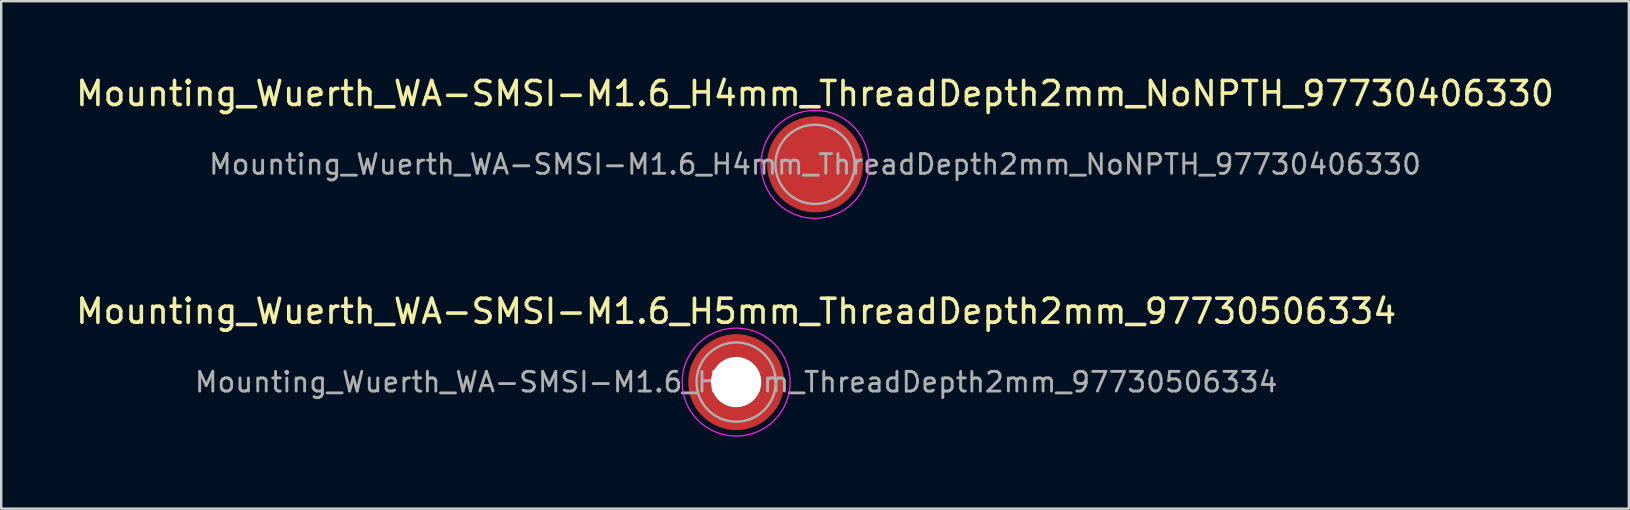
<source format=kicad_pcb>
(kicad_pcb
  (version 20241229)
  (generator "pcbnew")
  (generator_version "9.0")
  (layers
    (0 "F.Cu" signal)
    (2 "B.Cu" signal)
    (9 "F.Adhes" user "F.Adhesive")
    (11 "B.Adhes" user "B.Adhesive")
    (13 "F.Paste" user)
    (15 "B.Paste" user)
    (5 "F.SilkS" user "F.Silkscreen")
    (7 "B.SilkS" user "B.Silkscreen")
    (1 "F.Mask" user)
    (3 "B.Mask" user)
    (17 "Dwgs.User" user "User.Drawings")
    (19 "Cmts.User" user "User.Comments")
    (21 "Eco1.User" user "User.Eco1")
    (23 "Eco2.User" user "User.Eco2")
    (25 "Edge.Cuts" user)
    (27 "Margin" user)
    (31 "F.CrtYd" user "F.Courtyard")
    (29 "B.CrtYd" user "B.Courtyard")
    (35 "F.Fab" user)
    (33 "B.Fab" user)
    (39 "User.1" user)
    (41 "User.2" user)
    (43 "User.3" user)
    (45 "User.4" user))
  (footprint "Mounting_Wuerth_WA-SMSI-M1.6_H5mm_ThreadDepth2mm_97730506334"
    (layer "F.Cu")
    (at 27.625 12.871)
    (property "Reference" "Mounting_Wuerth_WA-SMSI-M1.6_H5mm_ThreadDepth2mm_97730506334" (at 0 -2.95 0) (layer "F.SilkS") (effects (font (size 1 1) (thickness 0.15))))
    (attr smd)
    (fp_circle (center 0 0) (end 2.25 0) (stroke (width 0.05) (type solid)) (fill no) (layer "F.CrtYd"))
    (fp_circle (center 0 0) (end 1.65 0) (stroke (width 0.1) (type solid)) (fill no) (layer "F.Fab"))
    (fp_text user "${REFERENCE}" (at 0 0 0) (layer "F.Fab") (effects (font (size 0.82 0.82) (thickness 0.12))))
    (pad "" smd custom (at -1.061 -1.061) (size 0.4 0.4) (layers "F.Paste") (options (anchor circle)) (primitives (gr_arc (start -0.101235 0.76066) (mid 0.212132 0.212132) (end 0.76066 -0.101235) (width 0.2)) (gr_arc (start -0.204251 0.76066) (mid 0.141421 0.141421) (end 0.76066 -0.204251) (width 0.2)) (gr_arc (start -0.306819 0.76066) (mid 0.070711 0.070711) (end 0.76066 -0.306819) (width 0.2)) (gr_arc (start -0.409034 0.76066) (mid 0 0) (end 0.76066 -0.409034) (width 0.2)) (gr_arc (start -0.510963 0.76066) (mid -0.070711 -0.070711) (end 0.76066 -0.510963) (width 0.2)) (gr_arc (start -0.61266 0.76066) (mid -0.141421 -0.141421) (end 0.76066 -0.61266) (width 0.2)) (gr_arc (start -0.714164 0.76066) (mid -0.212132 -0.212132) (end 0.76066 -0.714164) (width 0.2)) (gr_line (start 0.761 -0.101) (end 0.761 -0.714) (width 0.2)) (gr_line (start -0.101 0.761) (end -0.714 0.761) (width 0.2))))
    (pad "" smd custom (at -1.061 1.061) (size 0.4 0.4) (layers "F.Paste") (options (anchor circle)) (primitives (gr_arc (start 0.76066 0.101235) (mid 0.212132 -0.212132) (end -0.101235 -0.76066) (width 0.2)) (gr_arc (start 0.76066 0.204251) (mid 0.141421 -0.141421) (end -0.204251 -0.76066) (width 0.2)) (gr_arc (start 0.76066 0.306819) (mid 0.070711 -0.070711) (end -0.306819 -0.76066) (width 0.2)) (gr_arc (start 0.76066 0.409034) (mid 0 0) (end -0.409034 -0.76066) (width 0.2)) (gr_arc (start 0.76066 0.510963) (mid -0.070711 0.070711) (end -0.510963 -0.76066) (width 0.2)) (gr_arc (start 0.76066 0.61266) (mid -0.141421 0.141421) (end -0.61266 -0.76066) (width 0.2)) (gr_arc (start 0.76066 0.714164) (mid -0.212132 0.212132) (end -0.714164 -0.76066) (width 0.2)) (gr_line (start -0.101 -0.761) (end -0.714 -0.761) (width 0.2)) (gr_line (start 0.761 0.101) (end 0.761 0.714) (width 0.2))))
    (pad "" np_thru_hole circle (at 0 0) (size 2.1 2.1) (drill 2.1) (layers "*.Cu" "*.Mask"))
    (pad "" smd custom (at 1.061 -1.061) (size 0.4 0.4) (layers "F.Paste") (options (anchor circle)) (primitives (gr_arc (start -0.76066 -0.101235) (mid -0.212132 0.212132) (end 0.101235 0.76066) (width 0.2)) (gr_arc (start -0.76066 -0.204251) (mid -0.141421 0.141421) (end 0.204251 0.76066) (width 0.2)) (gr_arc (start -0.76066 -0.306819) (mid -0.070711 0.070711) (end 0.306819 0.76066) (width 0.2)) (gr_arc (start -0.76066 -0.409034) (mid 0 0) (end 0.409034 0.76066) (width 0.2)) (gr_arc (start -0.76066 -0.510963) (mid 0.070711 -0.070711) (end 0.510963 0.76066) (width 0.2)) (gr_arc (start -0.76066 -0.61266) (mid 0.141421 -0.141421) (end 0.61266 0.76066) (width 0.2)) (gr_arc (start -0.76066 -0.714164) (mid 0.212132 -0.212132) (end 0.714164 0.76066) (width 0.2)) (gr_line (start 0.101 0.761) (end 0.714 0.761) (width 0.2)) (gr_line (start -0.761 -0.101) (end -0.761 -0.714) (width 0.2))))
    (pad "" smd custom (at 1.061 1.061) (size 0.4 0.4) (layers "F.Paste") (options (anchor circle)) (primitives (gr_arc (start 0.101235 -0.76066) (mid -0.212132 -0.212132) (end -0.76066 0.101235) (width 0.2)) (gr_arc (start 0.204251 -0.76066) (mid -0.141421 -0.141421) (end -0.76066 0.204251) (width 0.2)) (gr_arc (start 0.306819 -0.76066) (mid -0.070711 -0.070711) (end -0.76066 0.306819) (width 0.2)) (gr_arc (start 0.409034 -0.76066) (mid 0 0) (end -0.76066 0.409034) (width 0.2)) (gr_arc (start 0.510963 -0.76066) (mid 0.070711 0.070711) (end -0.76066 0.510963) (width 0.2)) (gr_arc (start 0.61266 -0.76066) (mid 0.141421 0.141421) (end -0.76066 0.61266) (width 0.2)) (gr_arc (start 0.714164 -0.76066) (mid 0.212132 0.212132) (end -0.76066 0.714164) (width 0.2)) (gr_line (start -0.761 0.101) (end -0.761 0.714) (width 0.2)) (gr_line (start 0.101 -0.761) (end 0.714 -0.761) (width 0.2))))
    (pad "1" smd circle (at -1.525 0) (size 0.55 0.55) (layers "F.Cu"))
    (pad "1" smd circle (at 0 -1.525) (size 0.55 0.55) (layers "F.Cu"))
    (pad "1" smd circle (at 0 1.525) (size 0.55 0.55) (layers "F.Cu"))
    (pad "1" smd custom (at 1.525 0) (size 0.55 0.55) (layers "F.Cu" "F.Mask") (options (anchor circle)) (primitives (gr_circle (center -1.525 0) (end 0 0) (width 0.95) (fill no)))))
  (footprint "Mounting_Wuerth_WA-SMSI-M1.6_H4mm_ThreadDepth2mm_NoNPTH_97730406330"
    (layer "F.Cu")
    (at 30.911 3.798)
    (property "Reference" "Mounting_Wuerth_WA-SMSI-M1.6_H4mm_ThreadDepth2mm_NoNPTH_97730406330" (at 0 -2.95 0) (layer "F.SilkS") (effects (font (size 1 1) (thickness 0.15))))
    (attr smd)
    (fp_circle (center 0 0) (end 2.25 0) (stroke (width 0.05) (type solid)) (fill no) (layer "F.CrtYd"))
    (fp_circle (center 0 0) (end 1.65 0) (stroke (width 0.1) (type solid)) (fill no) (layer "F.Fab"))
    (fp_text user "${REFERENCE}" (at 0 0 0) (layer "F.Fab") (effects (font (size 0.82 0.82) (thickness 0.12))))
    (pad "" smd custom (at -0.778 -0.778) (size 1.2 1.2) (layers "F.Paste") (options (anchor circle)) (primitives (gr_arc (start 0.465568 0.527817) (mid 0.494975 0.494974) (end 0.527818 0.465567) (width 0.2)) (gr_arc (start 0.344805 0.527817) (mid 0.424264 0.424264) (end 0.527818 0.344805) (width 0.2)) (gr_arc (start 0.232382 0.527817) (mid 0.353553 0.353553) (end 0.527817 0.232382) (width 0.2)) (gr_arc (start 0.123983 0.527817) (mid 0.282843 0.282842) (end 0.527818 0.123983) (width 0.2)) (gr_arc (start 0.017883 0.527817) (mid 0.212132 0.212132) (end 0.527817 0.017883) (width 0.2)) (gr_arc (start -0.086763 0.527817) (mid 0.141421 0.141421) (end 0.527817 -0.086763) (width 0.2)) (gr_arc (start -0.190428 0.527817) (mid 0.070711 0.070711) (end 0.527817 -0.190428) (width 0.2)) (gr_arc (start -0.293397 0.527817) (mid 0 0) (end 0.527817 -0.293397) (width 0.2)) (gr_arc (start -0.395852 0.527817) (mid -0.070711 -0.070711) (end 0.527817 -0.395852) (width 0.2)) (gr_arc (start -0.497918 0.527817) (mid -0.141422 -0.141422) (end 0.527817 -0.497918) (width 0.2)) (gr_arc (start -0.59968 0.527817) (mid -0.212132 -0.212132) (end 0.527817 -0.59968) (width 0.2)) (gr_arc (start -0.701202 0.527817) (mid -0.282843 -0.282843) (end 0.527817 -0.701202) (width 0.2)) (gr_arc (start -0.802531 0.527817) (mid -0.353554 -0.353554) (end 0.527817 -0.802531) (width 0.2)) (gr_arc (start -0.9037 0.527817) (mid -0.424264 -0.424264) (end 0.527817 -0.9037) (width 0.2)) (gr_arc (start -1.004737 0.527817) (mid -0.494975 -0.494975) (end 0.527817 -1.004737) (width 0.2)) (gr_line (start 0.528 0.466) (end 0.528 -1.005) (width 0.2)) (gr_line (start 0.466 0.528) (end -1.005 0.528) (width 0.2))))
    (pad "" smd custom (at -0.778 0.778) (size 1.2 1.2) (layers "F.Paste") (options (anchor circle)) (primitives (gr_arc (start 0.527817 -0.465568) (mid 0.494974 -0.494975) (end 0.465567 -0.527818) (width 0.2)) (gr_arc (start 0.527817 -0.344805) (mid 0.424264 -0.424264) (end 0.344805 -0.527818) (width 0.2)) (gr_arc (start 0.527817 -0.232382) (mid 0.353553 -0.353553) (end 0.232382 -0.527817) (width 0.2)) (gr_arc (start 0.527817 -0.123983) (mid 0.282842 -0.282843) (end 0.123983 -0.527818) (width 0.2)) (gr_arc (start 0.527817 -0.017883) (mid 0.212132 -0.212132) (end 0.017883 -0.527817) (width 0.2)) (gr_arc (start 0.527817 0.086763) (mid 0.141421 -0.141421) (end -0.086763 -0.527817) (width 0.2)) (gr_arc (start 0.527817 0.190428) (mid 0.070711 -0.070711) (end -0.190428 -0.527817) (width 0.2)) (gr_arc (start 0.527817 0.293397) (mid 0 0) (end -0.293397 -0.527817) (width 0.2)) (gr_arc (start 0.527817 0.395852) (mid -0.070711 0.070711) (end -0.395852 -0.527817) (width 0.2)) (gr_arc (start 0.527817 0.497918) (mid -0.141422 0.141422) (end -0.497918 -0.527817) (width 0.2)) (gr_arc (start 0.527817 0.59968) (mid -0.212132 0.212132) (end -0.59968 -0.527817) (width 0.2)) (gr_arc (start 0.527817 0.701202) (mid -0.282843 0.282843) (end -0.701202 -0.527817) (width 0.2)) (gr_arc (start 0.527817 0.802531) (mid -0.353554 0.353554) (end -0.802531 -0.527817) (width 0.2)) (gr_arc (start 0.527817 0.9037) (mid -0.424264 0.424264) (end -0.9037 -0.527817) (width 0.2)) (gr_arc (start 0.527817 1.004737) (mid -0.494975 0.494975) (end -1.004737 -0.527817) (width 0.2)) (gr_line (start 0.466 -0.528) (end -1.005 -0.528) (width 0.2)) (gr_line (start 0.528 -0.466) (end 0.528 1.005) (width 0.2))))
    (pad "" smd custom (at 0.778 -0.778) (size 1.2 1.2) (layers "F.Paste") (options (anchor circle)) (primitives (gr_arc (start -0.527817 0.465568) (mid -0.494974 0.494975) (end -0.465567 0.527818) (width 0.2)) (gr_arc (start -0.527817 0.344805) (mid -0.424264 0.424264) (end -0.344805 0.527818) (width 0.2)) (gr_arc (start -0.527817 0.232382) (mid -0.353553 0.353553) (end -0.232382 0.527817) (width 0.2)) (gr_arc (start -0.527817 0.123983) (mid -0.282842 0.282843) (end -0.123983 0.527818) (width 0.2)) (gr_arc (start -0.527817 0.017883) (mid -0.212132 0.212132) (end -0.017883 0.527817) (width 0.2)) (gr_arc (start -0.527817 -0.086763) (mid -0.141421 0.141421) (end 0.086763 0.527817) (width 0.2)) (gr_arc (start -0.527817 -0.190428) (mid -0.070711 0.070711) (end 0.190428 0.527817) (width 0.2)) (gr_arc (start -0.527817 -0.293397) (mid 0 0) (end 0.293397 0.527817) (width 0.2)) (gr_arc (start -0.527817 -0.395852) (mid 0.070711 -0.070711) (end 0.395852 0.527817) (width 0.2)) (gr_arc (start -0.527817 -0.497918) (mid 0.141422 -0.141422) (end 0.497918 0.527817) (width 0.2)) (gr_arc (start -0.527817 -0.59968) (mid 0.212132 -0.212132) (end 0.59968 0.527817) (width 0.2)) (gr_arc (start -0.527817 -0.701202) (mid 0.282843 -0.282843) (end 0.701202 0.527817) (width 0.2)) (gr_arc (start -0.527817 -0.802531) (mid 0.353554 -0.353554) (end 0.802531 0.527817) (width 0.2)) (gr_arc (start -0.527817 -0.9037) (mid 0.424264 -0.424264) (end 0.9037 0.527817) (width 0.2)) (gr_arc (start -0.527817 -1.004737) (mid 0.494975 -0.494975) (end 1.004737 0.527817) (width 0.2)) (gr_line (start -0.466 0.528) (end 1.005 0.528) (width 0.2)) (gr_line (start -0.528 0.466) (end -0.528 -1.005) (width 0.2))))
    (pad "" smd custom (at 0.778 0.778) (size 1.2 1.2) (layers "F.Paste") (options (anchor circle)) (primitives (gr_arc (start -0.465568 -0.527817) (mid -0.494975 -0.494974) (end -0.527818 -0.465567) (width 0.2)) (gr_arc (start -0.344805 -0.527817) (mid -0.424264 -0.424264) (end -0.527818 -0.344805) (width 0.2)) (gr_arc (start -0.232382 -0.527817) (mid -0.353553 -0.353553) (end -0.527817 -0.232382) (width 0.2)) (gr_arc (start -0.123983 -0.527817) (mid -0.282843 -0.282842) (end -0.527818 -0.123983) (width 0.2)) (gr_arc (start -0.017883 -0.527817) (mid -0.212132 -0.212132) (end -0.527817 -0.017883) (width 0.2)) (gr_arc (start 0.086763 -0.527817) (mid -0.141421 -0.141421) (end -0.527817 0.086763) (width 0.2)) (gr_arc (start 0.190428 -0.527817) (mid -0.070711 -0.070711) (end -0.527817 0.190428) (width 0.2)) (gr_arc (start 0.293397 -0.527817) (mid 0 0) (end -0.527817 0.293397) (width 0.2)) (gr_arc (start 0.395852 -0.527817) (mid 0.070711 0.070711) (end -0.527817 0.395852) (width 0.2)) (gr_arc (start 0.497918 -0.527817) (mid 0.141422 0.141422) (end -0.527817 0.497918) (width 0.2)) (gr_arc (start 0.59968 -0.527817) (mid 0.212132 0.212132) (end -0.527817 0.59968) (width 0.2)) (gr_arc (start 0.701202 -0.527817) (mid 0.282843 0.282843) (end -0.527817 0.701202) (width 0.2)) (gr_arc (start 0.802531 -0.527817) (mid 0.353554 0.353554) (end -0.527817 0.802531) (width 0.2)) (gr_arc (start 0.9037 -0.527817) (mid 0.424264 0.424264) (end -0.527817 0.9037) (width 0.2)) (gr_arc (start 1.004737 -0.527817) (mid 0.494975 0.494975) (end -0.527817 1.004737) (width 0.2)) (gr_line (start -0.528 -0.466) (end -0.528 1.005) (width 0.2)) (gr_line (start -0.466 -0.528) (end 1.005 -0.528) (width 0.2))))
    (pad "1" smd circle (at 0 0) (size 4 4) (layers "F.Cu" "F.Mask")))
  (gr_rect
    (start -3 -3)
    (end 64.821 18.146)
    (stroke (width 0.1) (type default))
    (fill no)
    (layer "Edge.Cuts")))
</source>
